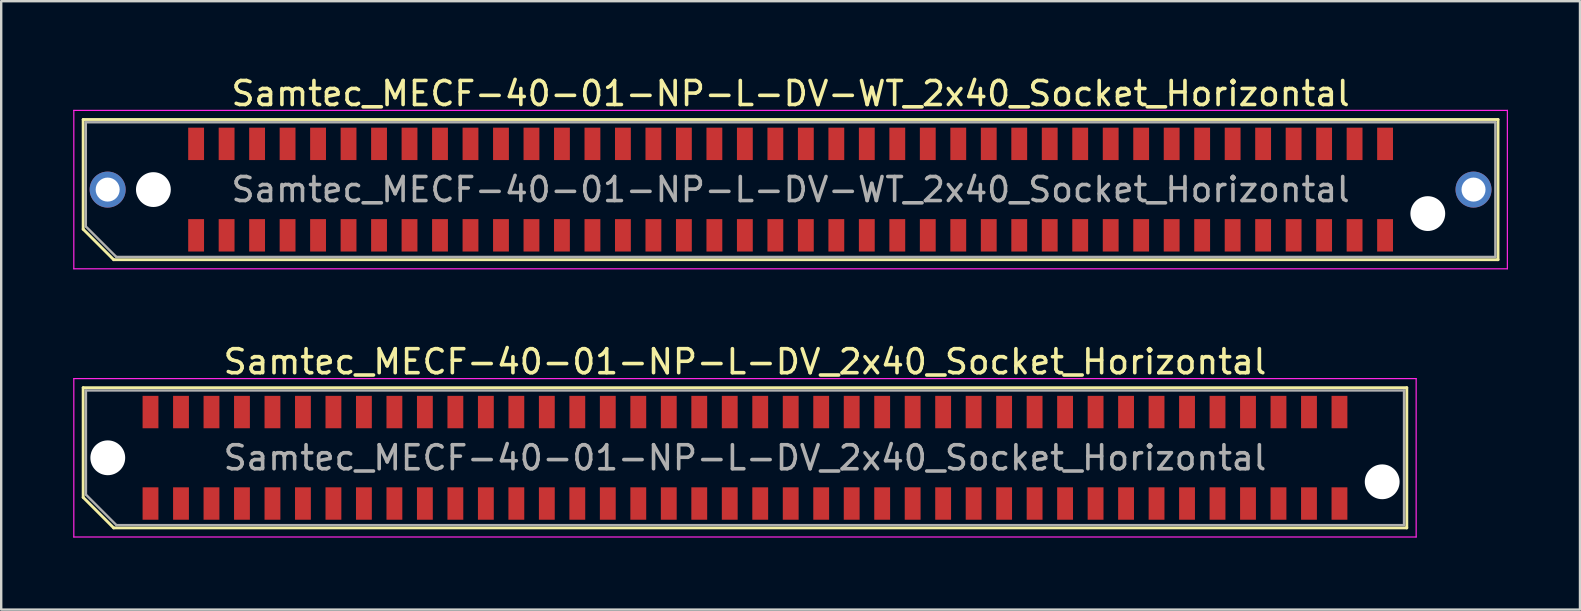
<source format=kicad_pcb>
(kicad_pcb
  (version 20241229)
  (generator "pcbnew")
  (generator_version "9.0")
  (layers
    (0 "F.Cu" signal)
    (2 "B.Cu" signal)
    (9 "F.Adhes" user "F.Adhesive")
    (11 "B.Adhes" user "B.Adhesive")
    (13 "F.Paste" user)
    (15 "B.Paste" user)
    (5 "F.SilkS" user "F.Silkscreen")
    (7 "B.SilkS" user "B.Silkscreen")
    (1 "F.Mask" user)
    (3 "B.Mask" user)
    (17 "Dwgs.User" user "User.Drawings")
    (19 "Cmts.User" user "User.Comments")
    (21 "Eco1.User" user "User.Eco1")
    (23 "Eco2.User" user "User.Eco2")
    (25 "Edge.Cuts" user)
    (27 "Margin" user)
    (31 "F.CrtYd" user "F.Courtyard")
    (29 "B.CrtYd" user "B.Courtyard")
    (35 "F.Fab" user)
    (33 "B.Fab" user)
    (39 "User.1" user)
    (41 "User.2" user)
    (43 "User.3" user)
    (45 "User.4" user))
  (footprint "Samtec_MECF-40-01-NP-L-DV_2x40_Socket_Horizontal"
    (layer "F.Cu")
    (at 27.985 16.021)
    (property "Reference" "Samtec_MECF-40-01-NP-L-DV_2x40_Socket_Horizontal" (at 0 -4 0) (layer "F.SilkS") (effects (font (size 1 1) (thickness 0.15))))
    (attr smd)
    (fp_line (start -27.57 -2.92) (end 27.57 -2.92) (stroke (width 0.12) (type solid)) (layer "F.SilkS"))
    (fp_line (start -27.57 1.65) (end -27.57 -2.92) (stroke (width 0.12) (type solid)) (layer "F.SilkS"))
    (fp_line (start -26.3 2.92) (end -27.57 1.65) (stroke (width 0.12) (type solid)) (layer "F.SilkS"))
    (fp_line (start -26.3 2.92) (end 27.57 2.92) (stroke (width 0.12) (type solid)) (layer "F.SilkS"))
    (fp_line (start 27.57 2.92) (end 27.57 -2.92) (stroke (width 0.12) (type solid)) (layer "F.SilkS"))
    (fp_line (start -27.96 -3.3) (end -27.96 3.3) (stroke (width 0.05) (type solid)) (layer "F.CrtYd"))
    (fp_line (start -27.96 3.3) (end 27.96 3.3) (stroke (width 0.05) (type solid)) (layer "F.CrtYd"))
    (fp_line (start 27.96 -3.3) (end -27.96 -3.3) (stroke (width 0.05) (type solid)) (layer "F.CrtYd"))
    (fp_line (start 27.96 3.3) (end 27.96 -3.3) (stroke (width 0.05) (type solid)) (layer "F.CrtYd"))
    (fp_line (start -27.455 -2.805) (end 27.455 -2.805) (stroke (width 0.1) (type solid)) (layer "F.Fab"))
    (fp_line (start -27.455 1.535) (end -27.455 -2.805) (stroke (width 0.1) (type solid)) (layer "F.Fab"))
    (fp_line (start -27.455 1.535) (end -26.185 2.805) (stroke (width 0.1) (type solid)) (layer "F.Fab"))
    (fp_line (start -26.185 2.805) (end 27.455 2.805) (stroke (width 0.1) (type solid)) (layer "F.Fab"))
    (fp_line (start 27.455 2.805) (end 27.455 -2.805) (stroke (width 0.1) (type solid)) (layer "F.Fab"))
    (fp_text user "${REFERENCE}" (at 0 0 0) (layer "F.Fab") (effects (font (size 1 1) (thickness 0.15))))
    (pad "" np_thru_hole circle (at -26.545 0) (size 1.45 1.45) (drill 1.45) (layers "*.Cu" "*.Mask"))
    (pad "" np_thru_hole circle (at 26.545 1) (size 1.45 1.45) (drill 1.45) (layers "*.Cu" "*.Mask"))
    (pad "1" smd rect (at -24.765 1.905) (size 0.66 1.35) (layers "F.Cu" "F.Mask" "F.Paste"))
    (pad "2" smd rect (at -24.765 -1.905) (size 0.66 1.35) (layers "F.Cu" "F.Mask" "F.Paste"))
    (pad "3" smd rect (at -23.495 1.905) (size 0.66 1.35) (layers "F.Cu" "F.Mask" "F.Paste"))
    (pad "4" smd rect (at -23.495 -1.905) (size 0.66 1.35) (layers "F.Cu" "F.Mask" "F.Paste"))
    (pad "5" smd rect (at -22.225 1.905) (size 0.66 1.35) (layers "F.Cu" "F.Mask" "F.Paste"))
    (pad "6" smd rect (at -22.225 -1.905) (size 0.66 1.35) (layers "F.Cu" "F.Mask" "F.Paste"))
    (pad "7" smd rect (at -20.955 1.905) (size 0.66 1.35) (layers "F.Cu" "F.Mask" "F.Paste"))
    (pad "8" smd rect (at -20.955 -1.905) (size 0.66 1.35) (layers "F.Cu" "F.Mask" "F.Paste"))
    (pad "9" smd rect (at -19.685 1.905) (size 0.66 1.35) (layers "F.Cu" "F.Mask" "F.Paste"))
    (pad "10" smd rect (at -19.685 -1.905) (size 0.66 1.35) (layers "F.Cu" "F.Mask" "F.Paste"))
    (pad "11" smd rect (at -18.415 1.905) (size 0.66 1.35) (layers "F.Cu" "F.Mask" "F.Paste"))
    (pad "12" smd rect (at -18.415 -1.905) (size 0.66 1.35) (layers "F.Cu" "F.Mask" "F.Paste"))
    (pad "13" smd rect (at -17.145 1.905) (size 0.66 1.35) (layers "F.Cu" "F.Mask" "F.Paste"))
    (pad "14" smd rect (at -17.145 -1.905) (size 0.66 1.35) (layers "F.Cu" "F.Mask" "F.Paste"))
    (pad "15" smd rect (at -15.875 1.905) (size 0.66 1.35) (layers "F.Cu" "F.Mask" "F.Paste"))
    (pad "16" smd rect (at -15.875 -1.905) (size 0.66 1.35) (layers "F.Cu" "F.Mask" "F.Paste"))
    (pad "17" smd rect (at -14.605 1.905) (size 0.66 1.35) (layers "F.Cu" "F.Mask" "F.Paste"))
    (pad "18" smd rect (at -14.605 -1.905) (size 0.66 1.35) (layers "F.Cu" "F.Mask" "F.Paste"))
    (pad "19" smd rect (at -13.335 1.905) (size 0.66 1.35) (layers "F.Cu" "F.Mask" "F.Paste"))
    (pad "20" smd rect (at -13.335 -1.905) (size 0.66 1.35) (layers "F.Cu" "F.Mask" "F.Paste"))
    (pad "21" smd rect (at -12.065 1.905) (size 0.66 1.35) (layers "F.Cu" "F.Mask" "F.Paste"))
    (pad "22" smd rect (at -12.065 -1.905) (size 0.66 1.35) (layers "F.Cu" "F.Mask" "F.Paste"))
    (pad "23" smd rect (at -10.795 1.905) (size 0.66 1.35) (layers "F.Cu" "F.Mask" "F.Paste"))
    (pad "24" smd rect (at -10.795 -1.905) (size 0.66 1.35) (layers "F.Cu" "F.Mask" "F.Paste"))
    (pad "25" smd rect (at -9.525 1.905) (size 0.66 1.35) (layers "F.Cu" "F.Mask" "F.Paste"))
    (pad "26" smd rect (at -9.525 -1.905) (size 0.66 1.35) (layers "F.Cu" "F.Mask" "F.Paste"))
    (pad "27" smd rect (at -8.255 1.905) (size 0.66 1.35) (layers "F.Cu" "F.Mask" "F.Paste"))
    (pad "28" smd rect (at -8.255 -1.905) (size 0.66 1.35) (layers "F.Cu" "F.Mask" "F.Paste"))
    (pad "29" smd rect (at -6.985 1.905) (size 0.66 1.35) (layers "F.Cu" "F.Mask" "F.Paste"))
    (pad "30" smd rect (at -6.985 -1.905) (size 0.66 1.35) (layers "F.Cu" "F.Mask" "F.Paste"))
    (pad "31" smd rect (at -5.715 1.905) (size 0.66 1.35) (layers "F.Cu" "F.Mask" "F.Paste"))
    (pad "32" smd rect (at -5.715 -1.905) (size 0.66 1.35) (layers "F.Cu" "F.Mask" "F.Paste"))
    (pad "33" smd rect (at -4.445 1.905) (size 0.66 1.35) (layers "F.Cu" "F.Mask" "F.Paste"))
    (pad "34" smd rect (at -4.445 -1.905) (size 0.66 1.35) (layers "F.Cu" "F.Mask" "F.Paste"))
    (pad "35" smd rect (at -3.175 1.905) (size 0.66 1.35) (layers "F.Cu" "F.Mask" "F.Paste"))
    (pad "36" smd rect (at -3.175 -1.905) (size 0.66 1.35) (layers "F.Cu" "F.Mask" "F.Paste"))
    (pad "37" smd rect (at -1.905 1.905) (size 0.66 1.35) (layers "F.Cu" "F.Mask" "F.Paste"))
    (pad "38" smd rect (at -1.905 -1.905) (size 0.66 1.35) (layers "F.Cu" "F.Mask" "F.Paste"))
    (pad "39" smd rect (at -0.635 1.905) (size 0.66 1.35) (layers "F.Cu" "F.Mask" "F.Paste"))
    (pad "40" smd rect (at -0.635 -1.905) (size 0.66 1.35) (layers "F.Cu" "F.Mask" "F.Paste"))
    (pad "41" smd rect (at 0.635 1.905) (size 0.66 1.35) (layers "F.Cu" "F.Mask" "F.Paste"))
    (pad "42" smd rect (at 0.635 -1.905) (size 0.66 1.35) (layers "F.Cu" "F.Mask" "F.Paste"))
    (pad "43" smd rect (at 1.905 1.905) (size 0.66 1.35) (layers "F.Cu" "F.Mask" "F.Paste"))
    (pad "44" smd rect (at 1.905 -1.905) (size 0.66 1.35) (layers "F.Cu" "F.Mask" "F.Paste"))
    (pad "45" smd rect (at 3.175 1.905) (size 0.66 1.35) (layers "F.Cu" "F.Mask" "F.Paste"))
    (pad "46" smd rect (at 3.175 -1.905) (size 0.66 1.35) (layers "F.Cu" "F.Mask" "F.Paste"))
    (pad "47" smd rect (at 4.445 1.905) (size 0.66 1.35) (layers "F.Cu" "F.Mask" "F.Paste"))
    (pad "48" smd rect (at 4.445 -1.905) (size 0.66 1.35) (layers "F.Cu" "F.Mask" "F.Paste"))
    (pad "49" smd rect (at 5.715 1.905) (size 0.66 1.35) (layers "F.Cu" "F.Mask" "F.Paste"))
    (pad "50" smd rect (at 5.715 -1.905) (size 0.66 1.35) (layers "F.Cu" "F.Mask" "F.Paste"))
    (pad "51" smd rect (at 6.985 1.905) (size 0.66 1.35) (layers "F.Cu" "F.Mask" "F.Paste"))
    (pad "52" smd rect (at 6.985 -1.905) (size 0.66 1.35) (layers "F.Cu" "F.Mask" "F.Paste"))
    (pad "53" smd rect (at 8.255 1.905) (size 0.66 1.35) (layers "F.Cu" "F.Mask" "F.Paste"))
    (pad "54" smd rect (at 8.255 -1.905) (size 0.66 1.35) (layers "F.Cu" "F.Mask" "F.Paste"))
    (pad "55" smd rect (at 9.525 1.905) (size 0.66 1.35) (layers "F.Cu" "F.Mask" "F.Paste"))
    (pad "56" smd rect (at 9.525 -1.905) (size 0.66 1.35) (layers "F.Cu" "F.Mask" "F.Paste"))
    (pad "57" smd rect (at 10.795 1.905) (size 0.66 1.35) (layers "F.Cu" "F.Mask" "F.Paste"))
    (pad "58" smd rect (at 10.795 -1.905) (size 0.66 1.35) (layers "F.Cu" "F.Mask" "F.Paste"))
    (pad "59" smd rect (at 12.065 1.905) (size 0.66 1.35) (layers "F.Cu" "F.Mask" "F.Paste"))
    (pad "60" smd rect (at 12.065 -1.905) (size 0.66 1.35) (layers "F.Cu" "F.Mask" "F.Paste"))
    (pad "61" smd rect (at 13.335 1.905) (size 0.66 1.35) (layers "F.Cu" "F.Mask" "F.Paste"))
    (pad "62" smd rect (at 13.335 -1.905) (size 0.66 1.35) (layers "F.Cu" "F.Mask" "F.Paste"))
    (pad "63" smd rect (at 14.605 1.905) (size 0.66 1.35) (layers "F.Cu" "F.Mask" "F.Paste"))
    (pad "64" smd rect (at 14.605 -1.905) (size 0.66 1.35) (layers "F.Cu" "F.Mask" "F.Paste"))
    (pad "65" smd rect (at 15.875 1.905) (size 0.66 1.35) (layers "F.Cu" "F.Mask" "F.Paste"))
    (pad "66" smd rect (at 15.875 -1.905) (size 0.66 1.35) (layers "F.Cu" "F.Mask" "F.Paste"))
    (pad "67" smd rect (at 17.145 1.905) (size 0.66 1.35) (layers "F.Cu" "F.Mask" "F.Paste"))
    (pad "68" smd rect (at 17.145 -1.905) (size 0.66 1.35) (layers "F.Cu" "F.Mask" "F.Paste"))
    (pad "69" smd rect (at 18.415 1.905) (size 0.66 1.35) (layers "F.Cu" "F.Mask" "F.Paste"))
    (pad "70" smd rect (at 18.415 -1.905) (size 0.66 1.35) (layers "F.Cu" "F.Mask" "F.Paste"))
    (pad "71" smd rect (at 19.685 1.905) (size 0.66 1.35) (layers "F.Cu" "F.Mask" "F.Paste"))
    (pad "72" smd rect (at 19.685 -1.905) (size 0.66 1.35) (layers "F.Cu" "F.Mask" "F.Paste"))
    (pad "73" smd rect (at 20.955 1.905) (size 0.66 1.35) (layers "F.Cu" "F.Mask" "F.Paste"))
    (pad "74" smd rect (at 20.955 -1.905) (size 0.66 1.35) (layers "F.Cu" "F.Mask" "F.Paste"))
    (pad "75" smd rect (at 22.225 1.905) (size 0.66 1.35) (layers "F.Cu" "F.Mask" "F.Paste"))
    (pad "76" smd rect (at 22.225 -1.905) (size 0.66 1.35) (layers "F.Cu" "F.Mask" "F.Paste"))
    (pad "77" smd rect (at 23.495 1.905) (size 0.66 1.35) (layers "F.Cu" "F.Mask" "F.Paste"))
    (pad "78" smd rect (at 23.495 -1.905) (size 0.66 1.35) (layers "F.Cu" "F.Mask" "F.Paste"))
    (pad "79" smd rect (at 24.765 1.905) (size 0.66 1.35) (layers "F.Cu" "F.Mask" "F.Paste"))
    (pad "80" smd rect (at 24.765 -1.905) (size 0.66 1.35) (layers "F.Cu" "F.Mask" "F.Paste")))
  (footprint "Samtec_MECF-40-01-NP-L-DV-WT_2x40_Socket_Horizontal"
    (layer "F.Cu")
    (at 29.885 4.848)
    (property "Reference" "Samtec_MECF-40-01-NP-L-DV-WT_2x40_Socket_Horizontal" (at 0 -4 0) (layer "F.SilkS") (effects (font (size 1 1) (thickness 0.15))))
    (attr smd)
    (fp_line (start -29.47 -2.92) (end 29.47 -2.92) (stroke (width 0.12) (type solid)) (layer "F.SilkS"))
    (fp_line (start -29.47 1.65) (end -29.47 -2.92) (stroke (width 0.12) (type solid)) (layer "F.SilkS"))
    (fp_line (start -28.2 2.92) (end -29.47 1.65) (stroke (width 0.12) (type solid)) (layer "F.SilkS"))
    (fp_line (start -28.2 2.92) (end 29.47 2.92) (stroke (width 0.12) (type solid)) (layer "F.SilkS"))
    (fp_line (start 29.47 2.92) (end 29.47 -2.92) (stroke (width 0.12) (type solid)) (layer "F.SilkS"))
    (fp_line (start -29.86 -3.3) (end -29.86 3.3) (stroke (width 0.05) (type solid)) (layer "F.CrtYd"))
    (fp_line (start -29.86 3.3) (end 29.86 3.3) (stroke (width 0.05) (type solid)) (layer "F.CrtYd"))
    (fp_line (start 29.86 -3.3) (end -29.86 -3.3) (stroke (width 0.05) (type solid)) (layer "F.CrtYd"))
    (fp_line (start 29.86 3.3) (end 29.86 -3.3) (stroke (width 0.05) (type solid)) (layer "F.CrtYd"))
    (fp_line (start -29.36 -2.805) (end 29.36 -2.805) (stroke (width 0.1) (type solid)) (layer "F.Fab"))
    (fp_line (start -29.36 1.535) (end -29.36 -2.805) (stroke (width 0.1) (type solid)) (layer "F.Fab"))
    (fp_line (start -29.36 1.535) (end -28.09 2.805) (stroke (width 0.1) (type solid)) (layer "F.Fab"))
    (fp_line (start -28.09 2.805) (end 29.36 2.805) (stroke (width 0.1) (type solid)) (layer "F.Fab"))
    (fp_line (start 29.36 2.805) (end 29.36 -2.805) (stroke (width 0.1) (type solid)) (layer "F.Fab"))
    (fp_text user "${REFERENCE}" (at 0 0 0) (layer "F.Fab") (effects (font (size 1 1) (thickness 0.15))))
    (pad "" thru_hole circle (at -28.45 0) (size 1.5 1.5) (drill 1) (layers "*.Cu" "*.Mask"))
    (pad "" np_thru_hole circle (at -26.545 0) (size 1.45 1.45) (drill 1.45) (layers "*.Cu" "*.Mask"))
    (pad "" np_thru_hole circle (at 26.545 1) (size 1.45 1.45) (drill 1.45) (layers "*.Cu" "*.Mask"))
    (pad "" thru_hole circle (at 28.45 0) (size 1.5 1.5) (drill 1) (layers "*.Cu" "*.Mask"))
    (pad "1" smd rect (at -24.765 1.905) (size 0.66 1.35) (layers "F.Cu" "F.Mask" "F.Paste"))
    (pad "2" smd rect (at -24.765 -1.905) (size 0.66 1.35) (layers "F.Cu" "F.Mask" "F.Paste"))
    (pad "3" smd rect (at -23.495 1.905) (size 0.66 1.35) (layers "F.Cu" "F.Mask" "F.Paste"))
    (pad "4" smd rect (at -23.495 -1.905) (size 0.66 1.35) (layers "F.Cu" "F.Mask" "F.Paste"))
    (pad "5" smd rect (at -22.225 1.905) (size 0.66 1.35) (layers "F.Cu" "F.Mask" "F.Paste"))
    (pad "6" smd rect (at -22.225 -1.905) (size 0.66 1.35) (layers "F.Cu" "F.Mask" "F.Paste"))
    (pad "7" smd rect (at -20.955 1.905) (size 0.66 1.35) (layers "F.Cu" "F.Mask" "F.Paste"))
    (pad "8" smd rect (at -20.955 -1.905) (size 0.66 1.35) (layers "F.Cu" "F.Mask" "F.Paste"))
    (pad "9" smd rect (at -19.685 1.905) (size 0.66 1.35) (layers "F.Cu" "F.Mask" "F.Paste"))
    (pad "10" smd rect (at -19.685 -1.905) (size 0.66 1.35) (layers "F.Cu" "F.Mask" "F.Paste"))
    (pad "11" smd rect (at -18.415 1.905) (size 0.66 1.35) (layers "F.Cu" "F.Mask" "F.Paste"))
    (pad "12" smd rect (at -18.415 -1.905) (size 0.66 1.35) (layers "F.Cu" "F.Mask" "F.Paste"))
    (pad "13" smd rect (at -17.145 1.905) (size 0.66 1.35) (layers "F.Cu" "F.Mask" "F.Paste"))
    (pad "14" smd rect (at -17.145 -1.905) (size 0.66 1.35) (layers "F.Cu" "F.Mask" "F.Paste"))
    (pad "15" smd rect (at -15.875 1.905) (size 0.66 1.35) (layers "F.Cu" "F.Mask" "F.Paste"))
    (pad "16" smd rect (at -15.875 -1.905) (size 0.66 1.35) (layers "F.Cu" "F.Mask" "F.Paste"))
    (pad "17" smd rect (at -14.605 1.905) (size 0.66 1.35) (layers "F.Cu" "F.Mask" "F.Paste"))
    (pad "18" smd rect (at -14.605 -1.905) (size 0.66 1.35) (layers "F.Cu" "F.Mask" "F.Paste"))
    (pad "19" smd rect (at -13.335 1.905) (size 0.66 1.35) (layers "F.Cu" "F.Mask" "F.Paste"))
    (pad "20" smd rect (at -13.335 -1.905) (size 0.66 1.35) (layers "F.Cu" "F.Mask" "F.Paste"))
    (pad "21" smd rect (at -12.065 1.905) (size 0.66 1.35) (layers "F.Cu" "F.Mask" "F.Paste"))
    (pad "22" smd rect (at -12.065 -1.905) (size 0.66 1.35) (layers "F.Cu" "F.Mask" "F.Paste"))
    (pad "23" smd rect (at -10.795 1.905) (size 0.66 1.35) (layers "F.Cu" "F.Mask" "F.Paste"))
    (pad "24" smd rect (at -10.795 -1.905) (size 0.66 1.35) (layers "F.Cu" "F.Mask" "F.Paste"))
    (pad "25" smd rect (at -9.525 1.905) (size 0.66 1.35) (layers "F.Cu" "F.Mask" "F.Paste"))
    (pad "26" smd rect (at -9.525 -1.905) (size 0.66 1.35) (layers "F.Cu" "F.Mask" "F.Paste"))
    (pad "27" smd rect (at -8.255 1.905) (size 0.66 1.35) (layers "F.Cu" "F.Mask" "F.Paste"))
    (pad "28" smd rect (at -8.255 -1.905) (size 0.66 1.35) (layers "F.Cu" "F.Mask" "F.Paste"))
    (pad "29" smd rect (at -6.985 1.905) (size 0.66 1.35) (layers "F.Cu" "F.Mask" "F.Paste"))
    (pad "30" smd rect (at -6.985 -1.905) (size 0.66 1.35) (layers "F.Cu" "F.Mask" "F.Paste"))
    (pad "31" smd rect (at -5.715 1.905) (size 0.66 1.35) (layers "F.Cu" "F.Mask" "F.Paste"))
    (pad "32" smd rect (at -5.715 -1.905) (size 0.66 1.35) (layers "F.Cu" "F.Mask" "F.Paste"))
    (pad "33" smd rect (at -4.445 1.905) (size 0.66 1.35) (layers "F.Cu" "F.Mask" "F.Paste"))
    (pad "34" smd rect (at -4.445 -1.905) (size 0.66 1.35) (layers "F.Cu" "F.Mask" "F.Paste"))
    (pad "35" smd rect (at -3.175 1.905) (size 0.66 1.35) (layers "F.Cu" "F.Mask" "F.Paste"))
    (pad "36" smd rect (at -3.175 -1.905) (size 0.66 1.35) (layers "F.Cu" "F.Mask" "F.Paste"))
    (pad "37" smd rect (at -1.905 1.905) (size 0.66 1.35) (layers "F.Cu" "F.Mask" "F.Paste"))
    (pad "38" smd rect (at -1.905 -1.905) (size 0.66 1.35) (layers "F.Cu" "F.Mask" "F.Paste"))
    (pad "39" smd rect (at -0.635 1.905) (size 0.66 1.35) (layers "F.Cu" "F.Mask" "F.Paste"))
    (pad "40" smd rect (at -0.635 -1.905) (size 0.66 1.35) (layers "F.Cu" "F.Mask" "F.Paste"))
    (pad "41" smd rect (at 0.635 1.905) (size 0.66 1.35) (layers "F.Cu" "F.Mask" "F.Paste"))
    (pad "42" smd rect (at 0.635 -1.905) (size 0.66 1.35) (layers "F.Cu" "F.Mask" "F.Paste"))
    (pad "43" smd rect (at 1.905 1.905) (size 0.66 1.35) (layers "F.Cu" "F.Mask" "F.Paste"))
    (pad "44" smd rect (at 1.905 -1.905) (size 0.66 1.35) (layers "F.Cu" "F.Mask" "F.Paste"))
    (pad "45" smd rect (at 3.175 1.905) (size 0.66 1.35) (layers "F.Cu" "F.Mask" "F.Paste"))
    (pad "46" smd rect (at 3.175 -1.905) (size 0.66 1.35) (layers "F.Cu" "F.Mask" "F.Paste"))
    (pad "47" smd rect (at 4.445 1.905) (size 0.66 1.35) (layers "F.Cu" "F.Mask" "F.Paste"))
    (pad "48" smd rect (at 4.445 -1.905) (size 0.66 1.35) (layers "F.Cu" "F.Mask" "F.Paste"))
    (pad "49" smd rect (at 5.715 1.905) (size 0.66 1.35) (layers "F.Cu" "F.Mask" "F.Paste"))
    (pad "50" smd rect (at 5.715 -1.905) (size 0.66 1.35) (layers "F.Cu" "F.Mask" "F.Paste"))
    (pad "51" smd rect (at 6.985 1.905) (size 0.66 1.35) (layers "F.Cu" "F.Mask" "F.Paste"))
    (pad "52" smd rect (at 6.985 -1.905) (size 0.66 1.35) (layers "F.Cu" "F.Mask" "F.Paste"))
    (pad "53" smd rect (at 8.255 1.905) (size 0.66 1.35) (layers "F.Cu" "F.Mask" "F.Paste"))
    (pad "54" smd rect (at 8.255 -1.905) (size 0.66 1.35) (layers "F.Cu" "F.Mask" "F.Paste"))
    (pad "55" smd rect (at 9.525 1.905) (size 0.66 1.35) (layers "F.Cu" "F.Mask" "F.Paste"))
    (pad "56" smd rect (at 9.525 -1.905) (size 0.66 1.35) (layers "F.Cu" "F.Mask" "F.Paste"))
    (pad "57" smd rect (at 10.795 1.905) (size 0.66 1.35) (layers "F.Cu" "F.Mask" "F.Paste"))
    (pad "58" smd rect (at 10.795 -1.905) (size 0.66 1.35) (layers "F.Cu" "F.Mask" "F.Paste"))
    (pad "59" smd rect (at 12.065 1.905) (size 0.66 1.35) (layers "F.Cu" "F.Mask" "F.Paste"))
    (pad "60" smd rect (at 12.065 -1.905) (size 0.66 1.35) (layers "F.Cu" "F.Mask" "F.Paste"))
    (pad "61" smd rect (at 13.335 1.905) (size 0.66 1.35) (layers "F.Cu" "F.Mask" "F.Paste"))
    (pad "62" smd rect (at 13.335 -1.905) (size 0.66 1.35) (layers "F.Cu" "F.Mask" "F.Paste"))
    (pad "63" smd rect (at 14.605 1.905) (size 0.66 1.35) (layers "F.Cu" "F.Mask" "F.Paste"))
    (pad "64" smd rect (at 14.605 -1.905) (size 0.66 1.35) (layers "F.Cu" "F.Mask" "F.Paste"))
    (pad "65" smd rect (at 15.875 1.905) (size 0.66 1.35) (layers "F.Cu" "F.Mask" "F.Paste"))
    (pad "66" smd rect (at 15.875 -1.905) (size 0.66 1.35) (layers "F.Cu" "F.Mask" "F.Paste"))
    (pad "67" smd rect (at 17.145 1.905) (size 0.66 1.35) (layers "F.Cu" "F.Mask" "F.Paste"))
    (pad "68" smd rect (at 17.145 -1.905) (size 0.66 1.35) (layers "F.Cu" "F.Mask" "F.Paste"))
    (pad "69" smd rect (at 18.415 1.905) (size 0.66 1.35) (layers "F.Cu" "F.Mask" "F.Paste"))
    (pad "70" smd rect (at 18.415 -1.905) (size 0.66 1.35) (layers "F.Cu" "F.Mask" "F.Paste"))
    (pad "71" smd rect (at 19.685 1.905) (size 0.66 1.35) (layers "F.Cu" "F.Mask" "F.Paste"))
    (pad "72" smd rect (at 19.685 -1.905) (size 0.66 1.35) (layers "F.Cu" "F.Mask" "F.Paste"))
    (pad "73" smd rect (at 20.955 1.905) (size 0.66 1.35) (layers "F.Cu" "F.Mask" "F.Paste"))
    (pad "74" smd rect (at 20.955 -1.905) (size 0.66 1.35) (layers "F.Cu" "F.Mask" "F.Paste"))
    (pad "75" smd rect (at 22.225 1.905) (size 0.66 1.35) (layers "F.Cu" "F.Mask" "F.Paste"))
    (pad "76" smd rect (at 22.225 -1.905) (size 0.66 1.35) (layers "F.Cu" "F.Mask" "F.Paste"))
    (pad "77" smd rect (at 23.495 1.905) (size 0.66 1.35) (layers "F.Cu" "F.Mask" "F.Paste"))
    (pad "78" smd rect (at 23.495 -1.905) (size 0.66 1.35) (layers "F.Cu" "F.Mask" "F.Paste"))
    (pad "79" smd rect (at 24.765 1.905) (size 0.66 1.35) (layers "F.Cu" "F.Mask" "F.Paste"))
    (pad "80" smd rect (at 24.765 -1.905) (size 0.66 1.35) (layers "F.Cu" "F.Mask" "F.Paste")))
  (gr_rect
    (start -3 -3)
    (end 62.77 22.346)
    (stroke (width 0.1) (type default))
    (fill no)
    (layer "Edge.Cuts")))
</source>
